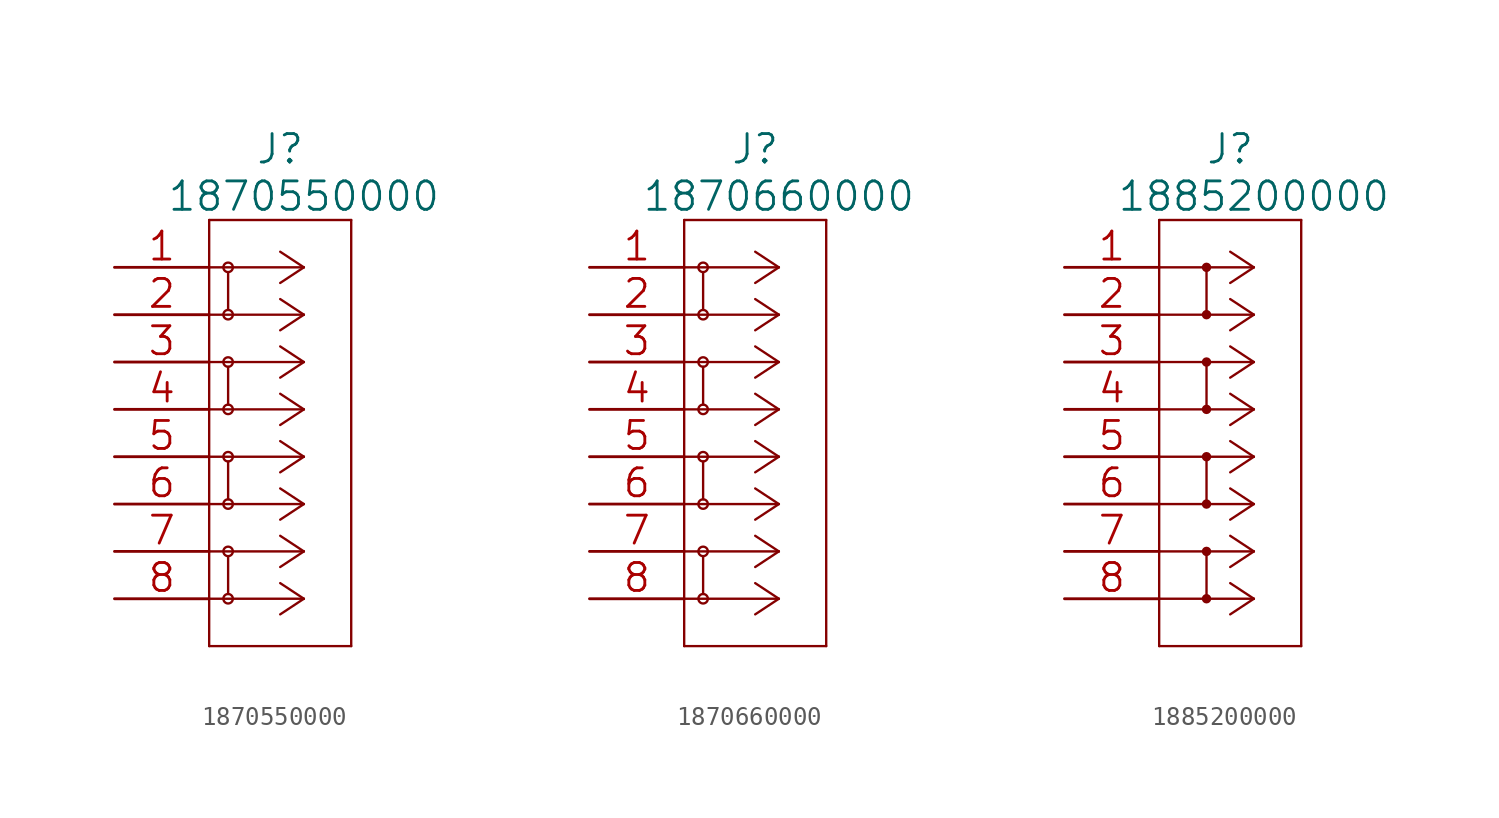
<source format=kicad_sym>
(kicad_symbol_lib
  (version 20201005)
  (generator kicad_symbol_editor)
  (symbol "TerminalBlock_Weidmueller:1870550000"
    (pin_names
      (offset 0.254) hide)
    (property "Reference" "J"
      (at 8.89 15.24 0)
      (effects (font (size 1.524 1.524))))
    (property "Value" "1870550000"
      (at 10.16 12.7 0)
      (effects (font (size 1.524 1.524))))
    (property "Datasheet" ""
      (at 0 8.89 0)
      (effects (font (size 1.524 1.524))))
    (symbol "1870550000_1_1"
      (arc (start 6.35 3.81) (end 6.35 3.81) (radius (at 6.096 3.81) (length 0.254) (angles 0 0)) (stroke (width 0.127)) (fill (type none)))
      (arc (start 6.35 1.27) (end 6.35 1.27) (radius (at 6.096 1.27) (length 0.254) (angles 0 0)) (stroke (width 0.127)) (fill (type none)))
      (arc (start 6.35 -1.27) (end 6.35 -1.27) (radius (at 6.096 -1.27) (length 0.254) (angles 0 0)) (stroke (width 0.127)) (fill (type none)))
      (arc (start 6.35 -3.81) (end 6.35 -3.81) (radius (at 6.096 -3.81) (length 0.254) (angles 0 0)) (stroke (width 0.127)) (fill (type none)))
      (arc (start 6.35 8.89) (end 6.35 8.89) (radius (at 6.096 8.89) (length 0.254) (angles 0 0)) (stroke (width 0.127)) (fill (type none)))
      (arc (start 6.35 6.35) (end 6.35 6.35) (radius (at 6.096 6.35) (length 0.254) (angles 0 0)) (stroke (width 0.127)) (fill (type none)))
      (arc (start 6.35 -6.35) (end 6.35 -6.35) (radius (at 6.096 -6.35) (length 0.254) (angles 0 0)) (stroke (width 0.127)) (fill (type none)))
      (arc (start 6.35 -8.89) (end 6.35 -8.89) (radius (at 6.096 -8.89) (length 0.254) (angles 0 0)) (stroke (width 0.127)) (fill (type none)))
      (circle (center 6.096 3.81) (radius 0.254) (stroke (width 0.127)) (fill (type none)))
      (circle (center 6.096 1.27) (radius 0.254) (stroke (width 0.127)) (fill (type none)))
      (circle (center 6.096 -1.27) (radius 0.254) (stroke (width 0.127)) (fill (type none)))
      (circle (center 6.096 -3.81) (radius 0.254) (stroke (width 0.127)) (fill (type none)))
      (circle (center 6.096 8.89) (radius 0.254) (stroke (width 0.127)) (fill (type none)))
      (circle (center 6.096 6.35) (radius 0.254) (stroke (width 0.127)) (fill (type none)))
      (circle (center 6.096 -6.35) (radius 0.254) (stroke (width 0.127)) (fill (type none)))
      (circle (center 6.096 -8.89) (radius 0.254) (stroke (width 0.127)) (fill (type none)))
      (polyline (pts (xy 10.16 8.89) (xy 5.08 8.89)) (stroke (width 0.127)) (fill (type none)))
      (polyline (pts (xy 10.16 6.35) (xy 5.08 6.35)) (stroke (width 0.127)) (fill (type none)))
      (polyline (pts (xy 10.16 3.81) (xy 5.08 3.81)) (stroke (width 0.127)) (fill (type none)))
      (polyline (pts (xy 10.16 1.27) (xy 5.08 1.27)) (stroke (width 0.127)) (fill (type none)))
      (polyline (pts (xy 10.16 3.81) (xy 8.89 4.648)) (stroke (width 0.127)) (fill (type none)))
      (polyline (pts (xy 10.16 1.27) (xy 8.89 2.108)) (stroke (width 0.127)) (fill (type none)))
      (polyline (pts (xy 10.16 3.81) (xy 8.89 2.972)) (stroke (width 0.127)) (fill (type none)))
      (polyline (pts (xy 10.16 1.27) (xy 8.89 0.432)) (stroke (width 0.127)) (fill (type none)))
      (polyline (pts (xy 10.16 8.89) (xy 8.89 9.728)) (stroke (width 0.127)) (fill (type none)))
      (polyline (pts (xy 10.16 6.35) (xy 8.89 7.188)) (stroke (width 0.127)) (fill (type none)))
      (polyline (pts (xy 6.096 3.556) (xy 6.096 1.524)) (stroke (width 0.127)) (fill (type none)))
      (polyline (pts (xy 10.16 -1.27) (xy 5.08 -1.27)) (stroke (width 0.127)) (fill (type none)))
      (polyline (pts (xy 10.16 -3.81) (xy 5.08 -3.81)) (stroke (width 0.127)) (fill (type none)))
      (polyline (pts (xy 10.16 -1.27) (xy 8.89 -0.432)) (stroke (width 0.127)) (fill (type none)))
      (polyline (pts (xy 10.16 8.89) (xy 8.89 8.052)) (stroke (width 0.127)) (fill (type none)))
      (polyline (pts (xy 10.16 6.35) (xy 8.89 5.512)) (stroke (width 0.127)) (fill (type none)))
      (polyline (pts (xy 10.16 -3.81) (xy 8.89 -2.972)) (stroke (width 0.127)) (fill (type none)))
      (polyline (pts (xy 10.16 -1.27) (xy 8.89 -2.108)) (stroke (width 0.127)) (fill (type none)))
      (polyline (pts (xy 10.16 -3.81) (xy 8.89 -4.648)) (stroke (width 0.127)) (fill (type none)))
      (polyline (pts (xy 6.096 -1.524) (xy 6.096 -3.556)) (stroke (width 0.127)) (fill (type none)))
      (polyline (pts (xy 5.08 11.43) (xy 5.08 -11.43)) (stroke (width 0.127)) (fill (type none)))
      (polyline (pts (xy 5.08 -11.43) (xy 12.7 -11.43)) (stroke (width 0.127)) (fill (type none)))
      (polyline (pts (xy 12.7 -11.43) (xy 12.7 11.43)) (stroke (width 0.127)) (fill (type none)))
      (polyline (pts (xy 12.7 11.43) (xy 5.08 11.43)) (stroke (width 0.127)) (fill (type none)))
      (polyline (pts (xy 6.096 8.636) (xy 6.096 6.604)) (stroke (width 0.127)) (fill (type none)))
      (polyline (pts (xy 10.16 -6.35) (xy 5.08 -6.35)) (stroke (width 0.127)) (fill (type none)))
      (polyline (pts (xy 10.16 -8.89) (xy 5.08 -8.89)) (stroke (width 0.127)) (fill (type none)))
      (polyline (pts (xy 10.16 -6.35) (xy 8.89 -5.512)) (stroke (width 0.127)) (fill (type none)))
      (polyline (pts (xy 10.16 -8.89) (xy 8.89 -8.052)) (stroke (width 0.127)) (fill (type none)))
      (polyline (pts (xy 10.16 -6.35) (xy 8.89 -7.188)) (stroke (width 0.127)) (fill (type none)))
      (polyline (pts (xy 10.16 -8.89) (xy 8.89 -9.728)) (stroke (width 0.127)) (fill (type none)))
      (polyline (pts (xy 6.096 -6.604) (xy 6.096 -8.636)) (stroke (width 0.127)) (fill (type none)))
      (pin passive line (at 0 8.89 0) (length 5.08) (name "1" (effects (font (size 1.499 1.499)))) (number "1" (effects (font (size 1.499 1.499)))))
      (pin passive line (at 0 6.35 0) (length 5.08) (name "2" (effects (font (size 1.499 1.499)))) (number "2" (effects (font (size 1.499 1.499)))))
      (pin passive line (at 0 3.81 0) (length 5.08) (name "3" (effects (font (size 1.499 1.499)))) (number "3" (effects (font (size 1.499 1.499)))))
      (pin passive line (at 0 1.27 0) (length 5.08) (name "4" (effects (font (size 1.499 1.499)))) (number "4" (effects (font (size 1.499 1.499)))))
      (pin passive line (at 0 -1.27 0) (length 5.08) (name "5" (effects (font (size 1.499 1.499)))) (number "5" (effects (font (size 1.499 1.499)))))
      (pin passive line (at 0 -3.81 0) (length 5.08) (name "6" (effects (font (size 1.499 1.499)))) (number "6" (effects (font (size 1.499 1.499)))))
      (pin passive line (at 0 -6.35 0) (length 5.08) (name "7" (effects (font (size 1.499 1.499)))) (number "7" (effects (font (size 1.499 1.499)))))
      (pin passive line (at 0 -8.89 0) (length 5.08) (name "8" (effects (font (size 1.499 1.499)))) (number "8" (effects (font (size 1.499 1.499)))))))
  (symbol "TerminalBlock_Weidmueller:1870660000"
    (pin_names
      (offset 0.254) hide)
    (property "Reference" "J"
      (at 8.89 15.24 0)
      (effects (font (size 1.524 1.524))))
    (property "Value" "1870660000"
      (at 10.16 12.7 0)
      (effects (font (size 1.524 1.524))))
    (property "Datasheet" ""
      (at 0 8.89 0)
      (effects (font (size 1.524 1.524))))
    (symbol "1870660000_1_1"
      (circle (center 6.096 3.81) (radius 0.254) (stroke (width 0.127)) (fill (type none)))
      (circle (center 6.096 1.27) (radius 0.254) (stroke (width 0.127)) (fill (type none)))
      (circle (center 6.096 -1.27) (radius 0.254) (stroke (width 0.127)) (fill (type none)))
      (circle (center 6.096 -3.81) (radius 0.254) (stroke (width 0.127)) (fill (type none)))
      (circle (center 6.096 8.89) (radius 0.254) (stroke (width 0.127)) (fill (type none)))
      (circle (center 6.096 6.35) (radius 0.254) (stroke (width 0.127)) (fill (type none)))
      (circle (center 6.096 -6.35) (radius 0.254) (stroke (width 0.127)) (fill (type none)))
      (circle (center 6.096 -8.89) (radius 0.254) (stroke (width 0.127)) (fill (type none)))
      (polyline (pts (xy 10.16 8.89) (xy 5.08 8.89)) (stroke (width 0.127)) (fill (type none)))
      (polyline (pts (xy 10.16 6.35) (xy 5.08 6.35)) (stroke (width 0.127)) (fill (type none)))
      (polyline (pts (xy 10.16 3.81) (xy 5.08 3.81)) (stroke (width 0.127)) (fill (type none)))
      (polyline (pts (xy 10.16 1.27) (xy 5.08 1.27)) (stroke (width 0.127)) (fill (type none)))
      (polyline (pts (xy 10.16 3.81) (xy 8.89 4.648)) (stroke (width 0.127)) (fill (type none)))
      (polyline (pts (xy 10.16 1.27) (xy 8.89 2.108)) (stroke (width 0.127)) (fill (type none)))
      (polyline (pts (xy 10.16 3.81) (xy 8.89 2.972)) (stroke (width 0.127)) (fill (type none)))
      (polyline (pts (xy 10.16 1.27) (xy 8.89 0.432)) (stroke (width 0.127)) (fill (type none)))
      (polyline (pts (xy 10.16 8.89) (xy 8.89 9.728)) (stroke (width 0.127)) (fill (type none)))
      (polyline (pts (xy 10.16 6.35) (xy 8.89 7.188)) (stroke (width 0.127)) (fill (type none)))
      (polyline (pts (xy 6.096 3.556) (xy 6.096 1.524)) (stroke (width 0.127)) (fill (type none)))
      (polyline (pts (xy 10.16 -1.27) (xy 5.08 -1.27)) (stroke (width 0.127)) (fill (type none)))
      (polyline (pts (xy 10.16 -3.81) (xy 5.08 -3.81)) (stroke (width 0.127)) (fill (type none)))
      (polyline (pts (xy 10.16 -1.27) (xy 8.89 -0.432)) (stroke (width 0.127)) (fill (type none)))
      (polyline (pts (xy 10.16 8.89) (xy 8.89 8.052)) (stroke (width 0.127)) (fill (type none)))
      (polyline (pts (xy 10.16 6.35) (xy 8.89 5.512)) (stroke (width 0.127)) (fill (type none)))
      (polyline (pts (xy 10.16 -3.81) (xy 8.89 -2.972)) (stroke (width 0.127)) (fill (type none)))
      (polyline (pts (xy 10.16 -1.27) (xy 8.89 -2.108)) (stroke (width 0.127)) (fill (type none)))
      (polyline (pts (xy 10.16 -3.81) (xy 8.89 -4.648)) (stroke (width 0.127)) (fill (type none)))
      (polyline (pts (xy 6.096 -1.524) (xy 6.096 -3.556)) (stroke (width 0.127)) (fill (type none)))
      (polyline (pts (xy 5.08 11.43) (xy 5.08 -11.43)) (stroke (width 0.127)) (fill (type none)))
      (polyline (pts (xy 5.08 -11.43) (xy 12.7 -11.43)) (stroke (width 0.127)) (fill (type none)))
      (polyline (pts (xy 12.7 -11.43) (xy 12.7 11.43)) (stroke (width 0.127)) (fill (type none)))
      (polyline (pts (xy 12.7 11.43) (xy 5.08 11.43)) (stroke (width 0.127)) (fill (type none)))
      (polyline (pts (xy 6.096 8.636) (xy 6.096 6.604)) (stroke (width 0.127)) (fill (type none)))
      (polyline (pts (xy 10.16 -6.35) (xy 5.08 -6.35)) (stroke (width 0.127)) (fill (type none)))
      (polyline (pts (xy 10.16 -8.89) (xy 5.08 -8.89)) (stroke (width 0.127)) (fill (type none)))
      (polyline (pts (xy 10.16 -6.35) (xy 8.89 -5.512)) (stroke (width 0.127)) (fill (type none)))
      (polyline (pts (xy 10.16 -8.89) (xy 8.89 -8.052)) (stroke (width 0.127)) (fill (type none)))
      (polyline (pts (xy 10.16 -6.35) (xy 8.89 -7.188)) (stroke (width 0.127)) (fill (type none)))
      (polyline (pts (xy 10.16 -8.89) (xy 8.89 -9.728)) (stroke (width 0.127)) (fill (type none)))
      (polyline (pts (xy 6.096 -6.604) (xy 6.096 -8.636)) (stroke (width 0.127)) (fill (type none)))
      (pin passive line (at 0 8.89 0) (length 5.08) (name "1" (effects (font (size 1.499 1.499)))) (number "1" (effects (font (size 1.499 1.499)))))
      (pin passive line (at 0 6.35 0) (length 5.08) (name "2" (effects (font (size 1.499 1.499)))) (number "2" (effects (font (size 1.499 1.499)))))
      (pin passive line (at 0 3.81 0) (length 5.08) (name "3" (effects (font (size 1.499 1.499)))) (number "3" (effects (font (size 1.499 1.499)))))
      (pin passive line (at 0 1.27 0) (length 5.08) (name "4" (effects (font (size 1.499 1.499)))) (number "4" (effects (font (size 1.499 1.499)))))
      (pin passive line (at 0 -1.27 0) (length 5.08) (name "5" (effects (font (size 1.499 1.499)))) (number "5" (effects (font (size 1.499 1.499)))))
      (pin passive line (at 0 -3.81 0) (length 5.08) (name "6" (effects (font (size 1.499 1.499)))) (number "6" (effects (font (size 1.499 1.499)))))
      (pin passive line (at 0 -6.35 0) (length 5.08) (name "7" (effects (font (size 1.499 1.499)))) (number "7" (effects (font (size 1.499 1.499)))))
      (pin passive line (at 0 -8.89 0) (length 5.08) (name "8" (effects (font (size 1.499 1.499)))) (number "8" (effects (font (size 1.499 1.499)))))))
  (symbol "TerminalBlock_Weidmueller:1885200000"
    (pin_names
      (offset 0.254) hide)
    (property "Reference" "J"
      (at 8.89 15.24 0)
      (effects (font (size 1.524 1.524))))
    (property "Value" "1885200000"
      (at 10.16 12.7 0)
      (effects (font (size 1.524 1.524))))
    (property "Datasheet" ""
      (at 0 8.89 0)
      (effects (font (size 1.524 1.524))))
    (symbol "1885200000_1_1"
      (arc (start 7.62 9.017) (end 7.62 9.017) (radius (at 7.62 8.89) (length 0.127) (angles 90 -90)) (stroke (width 0.254)) (fill (type none)))
      (arc (start 7.62 6.477) (end 7.62 6.477) (radius (at 7.62 6.35) (length 0.127) (angles 90 -90)) (stroke (width 0.254)) (fill (type none)))
      (arc (start 7.62 3.937) (end 7.62 3.937) (radius (at 7.62 3.81) (length 0.127) (angles 90 -90)) (stroke (width 0.254)) (fill (type none)))
      (arc (start 7.62 1.397) (end 7.62 1.397) (radius (at 7.62 1.27) (length 0.127) (angles 90 -90)) (stroke (width 0.254)) (fill (type none)))
      (arc (start 7.62 -1.143) (end 7.62 -1.143) (radius (at 7.62 -1.27) (length 0.127) (angles 90 -90)) (stroke (width 0.254)) (fill (type none)))
      (arc (start 7.62 -3.683) (end 7.62 -3.683) (radius (at 7.62 -3.81) (length 0.127) (angles 90 -90)) (stroke (width 0.254)) (fill (type none)))
      (arc (start 7.62 -6.223) (end 7.62 -6.223) (radius (at 7.62 -6.35) (length 0.127) (angles 90 -90)) (stroke (width 0.254)) (fill (type none)))
      (arc (start 7.62 -8.763) (end 7.62 -8.763) (radius (at 7.62 -8.89) (length 0.127) (angles 90 -90)) (stroke (width 0.254)) (fill (type none)))
      (circle (center 7.62 8.89) (radius 0.127) (stroke (width 0.254)) (fill (type none)))
      (circle (center 7.62 6.35) (radius 0.127) (stroke (width 0.254)) (fill (type none)))
      (circle (center 7.62 3.81) (radius 0.127) (stroke (width 0.254)) (fill (type none)))
      (circle (center 7.62 1.27) (radius 0.127) (stroke (width 0.254)) (fill (type none)))
      (circle (center 7.62 -1.27) (radius 0.127) (stroke (width 0.254)) (fill (type none)))
      (circle (center 7.62 -3.81) (radius 0.127) (stroke (width 0.254)) (fill (type none)))
      (circle (center 7.62 -6.35) (radius 0.127) (stroke (width 0.254)) (fill (type none)))
      (circle (center 7.62 -8.89) (radius 0.127) (stroke (width 0.254)) (fill (type none)))
      (polyline (pts (xy 10.16 8.89) (xy 5.08 8.89)) (stroke (width 0.127)) (fill (type none)))
      (polyline (pts (xy 10.16 6.35) (xy 5.08 6.35)) (stroke (width 0.127)) (fill (type none)))
      (polyline (pts (xy 7.62 8.89) (xy 7.62 6.35)) (stroke (width 0.127)) (fill (type none)))
      (polyline (pts (xy 10.16 3.81) (xy 5.08 3.81)) (stroke (width 0.127)) (fill (type none)))
      (polyline (pts (xy 10.16 1.27) (xy 5.08 1.27)) (stroke (width 0.127)) (fill (type none)))
      (polyline (pts (xy 10.16 8.89) (xy 8.89 9.728)) (stroke (width 0.127)) (fill (type none)))
      (polyline (pts (xy 10.16 6.35) (xy 8.89 7.188)) (stroke (width 0.127)) (fill (type none)))
      (polyline (pts (xy 7.62 3.81) (xy 7.62 1.27)) (stroke (width 0.127)) (fill (type none)))
      (polyline (pts (xy 10.16 3.81) (xy 8.89 4.648)) (stroke (width 0.127)) (fill (type none)))
      (polyline (pts (xy 10.16 1.27) (xy 8.89 2.108)) (stroke (width 0.127)) (fill (type none)))
      (polyline (pts (xy 10.16 3.81) (xy 8.89 2.972)) (stroke (width 0.127)) (fill (type none)))
      (polyline (pts (xy 10.16 1.27) (xy 8.89 0.432)) (stroke (width 0.127)) (fill (type none)))
      (polyline (pts (xy 10.16 8.89) (xy 8.89 8.052)) (stroke (width 0.127)) (fill (type none)))
      (polyline (pts (xy 10.16 6.35) (xy 8.89 5.512)) (stroke (width 0.127)) (fill (type none)))
      (polyline (pts (xy 10.16 -1.27) (xy 5.08 -1.27)) (stroke (width 0.127)) (fill (type none)))
      (polyline (pts (xy 10.16 -3.81) (xy 5.08 -3.81)) (stroke (width 0.127)) (fill (type none)))
      (polyline (pts (xy 7.62 -1.27) (xy 7.62 -3.81)) (stroke (width 0.127)) (fill (type none)))
      (polyline (pts (xy 10.16 -6.35) (xy 5.08 -6.35)) (stroke (width 0.127)) (fill (type none)))
      (polyline (pts (xy 5.08 11.43) (xy 5.08 -11.43)) (stroke (width 0.127)) (fill (type none)))
      (polyline (pts (xy 5.08 -11.43) (xy 12.7 -11.43)) (stroke (width 0.127)) (fill (type none)))
      (polyline (pts (xy 12.7 -11.43) (xy 12.7 11.43)) (stroke (width 0.127)) (fill (type none)))
      (polyline (pts (xy 12.7 11.43) (xy 5.08 11.43)) (stroke (width 0.127)) (fill (type none)))
      (polyline (pts (xy 10.16 -8.89) (xy 5.08 -8.89)) (stroke (width 0.127)) (fill (type none)))
      (polyline (pts (xy 10.16 -1.27) (xy 8.89 -0.432)) (stroke (width 0.127)) (fill (type none)))
      (polyline (pts (xy 10.16 -3.81) (xy 8.89 -2.972)) (stroke (width 0.127)) (fill (type none)))
      (polyline (pts (xy 7.62 -6.35) (xy 7.62 -8.89)) (stroke (width 0.127)) (fill (type none)))
      (polyline (pts (xy 10.16 -6.35) (xy 8.89 -5.512)) (stroke (width 0.127)) (fill (type none)))
      (polyline (pts (xy 10.16 -8.89) (xy 8.89 -8.052)) (stroke (width 0.127)) (fill (type none)))
      (polyline (pts (xy 10.16 -6.35) (xy 8.89 -7.188)) (stroke (width 0.127)) (fill (type none)))
      (polyline (pts (xy 10.16 -8.89) (xy 8.89 -9.728)) (stroke (width 0.127)) (fill (type none)))
      (polyline (pts (xy 10.16 -1.27) (xy 8.89 -2.108)) (stroke (width 0.127)) (fill (type none)))
      (polyline (pts (xy 10.16 -3.81) (xy 8.89 -4.648)) (stroke (width 0.127)) (fill (type none)))
      (pin passive line (at 0 8.89 0) (length 5.08) (name "1" (effects (font (size 1.499 1.499)))) (number "1" (effects (font (size 1.499 1.499)))))
      (pin passive line (at 0 6.35 0) (length 5.08) (name "2" (effects (font (size 1.499 1.499)))) (number "2" (effects (font (size 1.499 1.499)))))
      (pin passive line (at 0 3.81 0) (length 5.08) (name "3" (effects (font (size 1.499 1.499)))) (number "3" (effects (font (size 1.499 1.499)))))
      (pin passive line (at 0 1.27 0) (length 5.08) (name "4" (effects (font (size 1.499 1.499)))) (number "4" (effects (font (size 1.499 1.499)))))
      (pin passive line (at 0 -1.27 0) (length 5.08) (name "5" (effects (font (size 1.499 1.499)))) (number "5" (effects (font (size 1.499 1.499)))))
      (pin passive line (at 0 -3.81 0) (length 5.08) (name "6" (effects (font (size 1.499 1.499)))) (number "6" (effects (font (size 1.499 1.499)))))
      (pin passive line (at 0 -6.35 0) (length 5.08) (name "7" (effects (font (size 1.499 1.499)))) (number "7" (effects (font (size 1.499 1.499)))))
      (pin passive line (at 0 -8.89 0) (length 5.08) (name "8" (effects (font (size 1.499 1.499)))) (number "8" (effects (font (size 1.499 1.499))))))))
</source>
